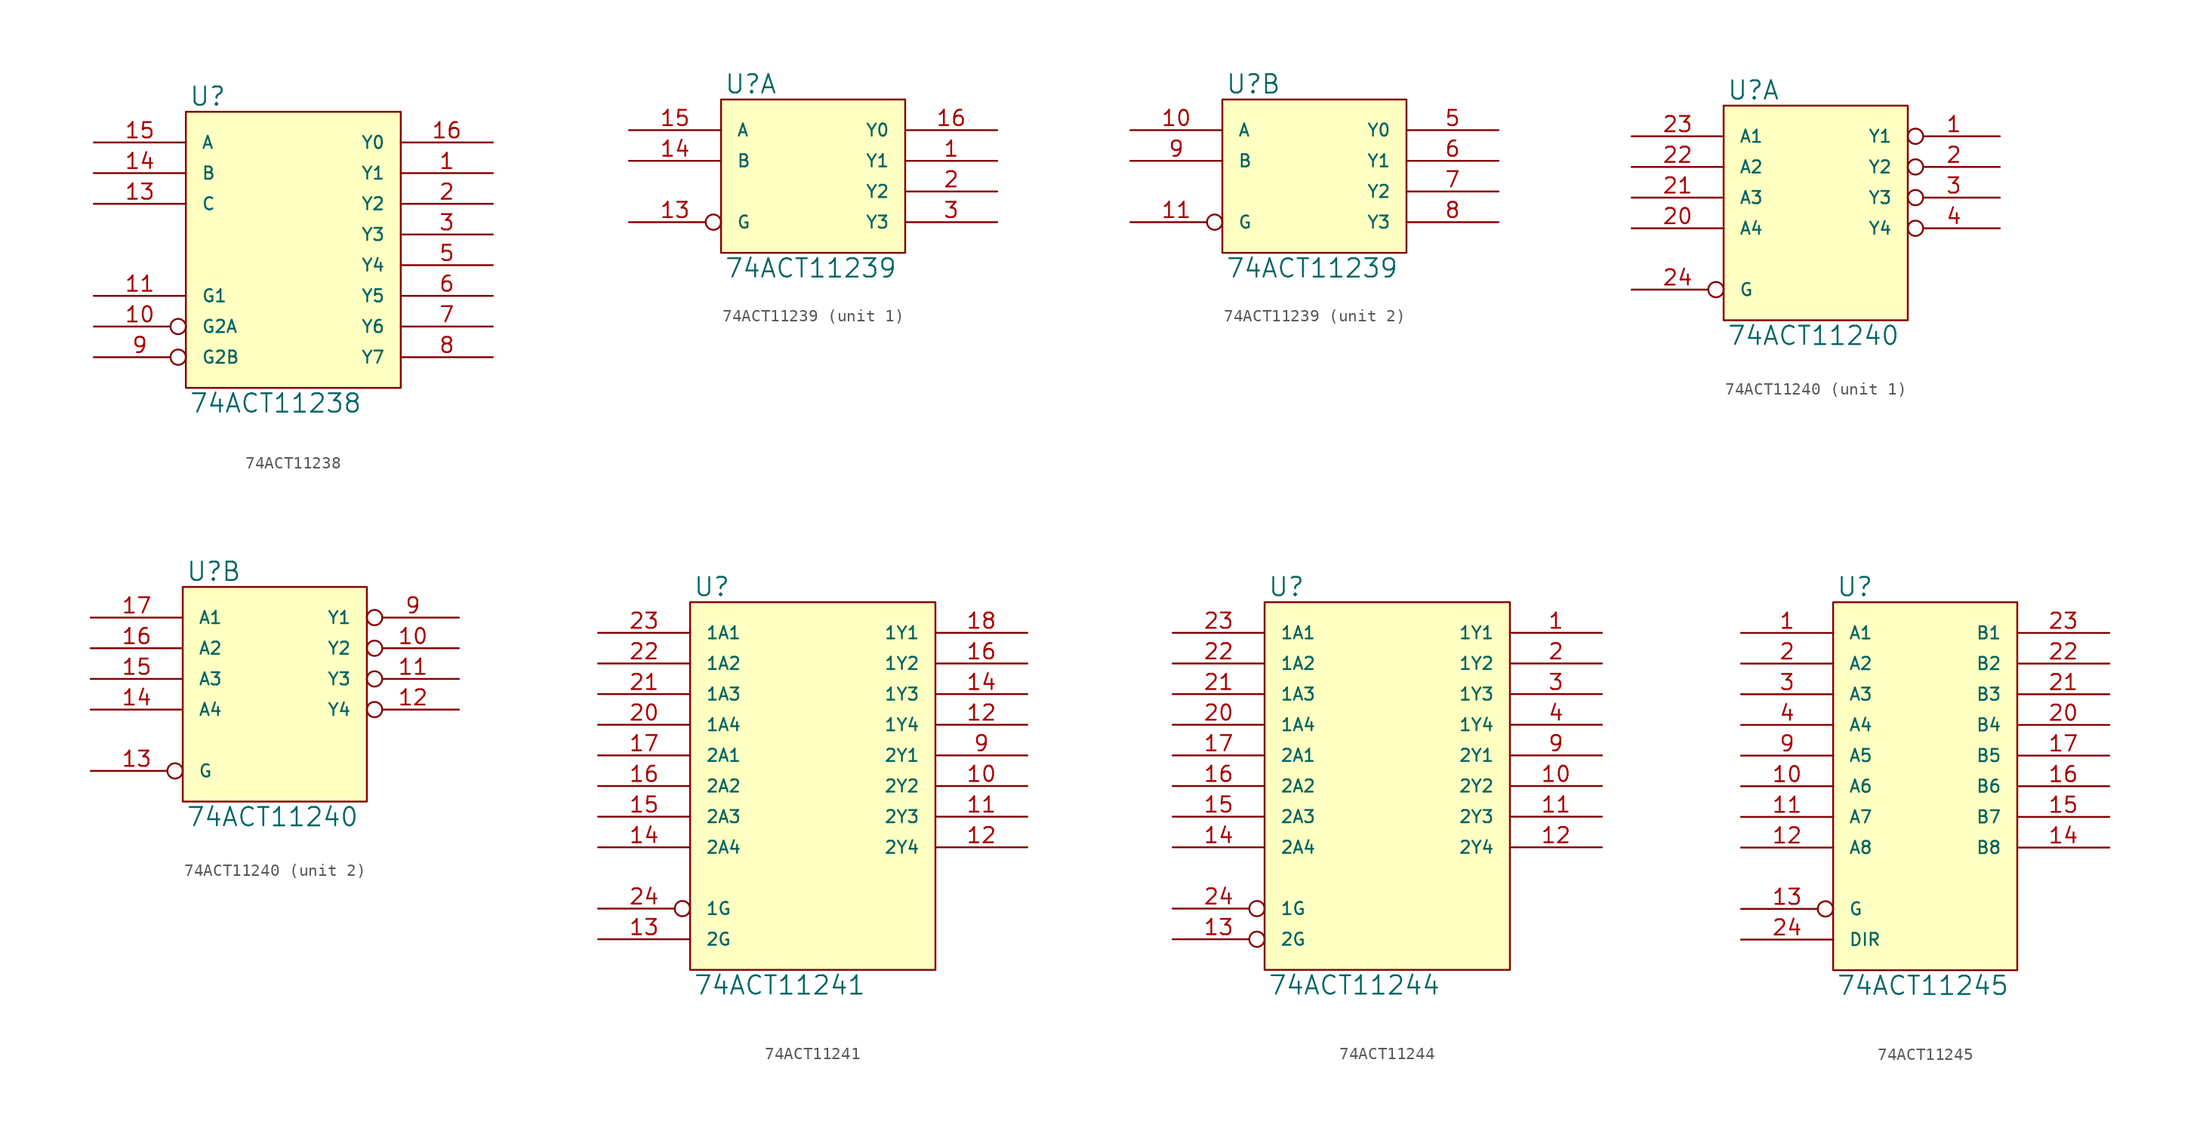
<source format=kicad_sym>
(kicad_symbol_lib
  (version 20231120)
  (generator "kicad_symbol_editor")
  (generator_version "8.0")
  (symbol "74ACT11238"
    (pin_names
      (offset 1.27))
    (property "Reference" "U"
      (at 0.254 0.381 0)
      (effects (font (size 1.524 1.524)) (justify left bottom)))
    (property "Value" "74ACT11238"
      (at 0.254 -23.241 0)
      (effects (font (size 1.524 1.524)) (justify left top)))
    (symbol "74ACT11238_0_1"
      (rectangle (start 0 0) (end 17.78 -22.86) (stroke (width 0) (type solid)) (fill (type background))))
    (symbol "74ACT11238_1_1"
      (pin output line (at 25.4 -5.08 180) (length 7.62) (name "Y1" (effects (font (size 1.016 1.016)))) (number "1" (effects (font (size 1.27 1.27)))))
      (pin input inverted (at -7.62 -17.78 0) (length 7.62) (name "G2A" (effects (font (size 1.016 1.016)))) (number "10" (effects (font (size 1.27 1.27)))))
      (pin input line (at -7.62 -15.24 0) (length 7.62) (name "G1" (effects (font (size 1.016 1.016)))) (number "11" (effects (font (size 1.27 1.27)))))
      (pin power_in line (at 0 0 270) (length 0) hide (name "VCC" (effects (font (size 1.016 1.016)))) (number "12" (effects (font (size 1.27 1.27)))))
      (pin input line (at -7.62 -7.62 0) (length 7.62) (name "C" (effects (font (size 1.016 1.016)))) (number "13" (effects (font (size 1.27 1.27)))))
      (pin input line (at -7.62 -5.08 0) (length 7.62) (name "B" (effects (font (size 1.016 1.016)))) (number "14" (effects (font (size 1.27 1.27)))))
      (pin input line (at -7.62 -2.54 0) (length 7.62) (name "A" (effects (font (size 1.016 1.016)))) (number "15" (effects (font (size 1.27 1.27)))))
      (pin output line (at 25.4 -2.54 180) (length 7.62) (name "Y0" (effects (font (size 1.016 1.016)))) (number "16" (effects (font (size 1.27 1.27)))))
      (pin output line (at 25.4 -7.62 180) (length 7.62) (name "Y2" (effects (font (size 1.016 1.016)))) (number "2" (effects (font (size 1.27 1.27)))))
      (pin output line (at 25.4 -10.16 180) (length 7.62) (name "Y3" (effects (font (size 1.016 1.016)))) (number "3" (effects (font (size 1.27 1.27)))))
      (pin power_in line (at 0 -22.86 90) (length 0) hide (name "GND" (effects (font (size 1.016 1.016)))) (number "4" (effects (font (size 1.27 1.27)))))
      (pin output line (at 25.4 -12.7 180) (length 7.62) (name "Y4" (effects (font (size 1.016 1.016)))) (number "5" (effects (font (size 1.27 1.27)))))
      (pin output line (at 25.4 -15.24 180) (length 7.62) (name "Y5" (effects (font (size 1.016 1.016)))) (number "6" (effects (font (size 1.27 1.27)))))
      (pin output line (at 25.4 -17.78 180) (length 7.62) (name "Y6" (effects (font (size 1.016 1.016)))) (number "7" (effects (font (size 1.27 1.27)))))
      (pin output line (at 25.4 -20.32 180) (length 7.62) (name "Y7" (effects (font (size 1.016 1.016)))) (number "8" (effects (font (size 1.27 1.27)))))
      (pin input inverted (at -7.62 -20.32 0) (length 7.62) (name "G2B" (effects (font (size 1.016 1.016)))) (number "9" (effects (font (size 1.27 1.27)))))))
  (symbol "74ACT11239"
    (pin_names
      (offset 1.27))
    (property "Reference" "U"
      (at 0.254 0.381 0)
      (effects (font (size 1.524 1.524)) (justify left bottom)))
    (property "Value" "74ACT11239"
      (at 0.254 -13.081 0)
      (effects (font (size 1.524 1.524)) (justify left top)))
    (symbol "74ACT11239_0_1"
      (rectangle (start 0 0) (end 15.24 -12.7) (stroke (width 0) (type solid)) (fill (type background))))
    (symbol "74ACT11239_1_1"
      (pin output line (at 22.86 -5.08 180) (length 7.62) (name "Y1" (effects (font (size 1.016 1.016)))) (number "1" (effects (font (size 1.27 1.27)))))
      (pin power_in line (at 0 0 270) (length 0) hide (name "VCC" (effects (font (size 1.016 1.016)))) (number "12" (effects (font (size 1.27 1.27)))))
      (pin input inverted (at -7.62 -10.16 0) (length 7.62) (name "G" (effects (font (size 1.016 1.016)))) (number "13" (effects (font (size 1.27 1.27)))))
      (pin input line (at -7.62 -5.08 0) (length 7.62) (name "B" (effects (font (size 1.016 1.016)))) (number "14" (effects (font (size 1.27 1.27)))))
      (pin input line (at -7.62 -2.54 0) (length 7.62) (name "A" (effects (font (size 1.016 1.016)))) (number "15" (effects (font (size 1.27 1.27)))))
      (pin output line (at 22.86 -2.54 180) (length 7.62) (name "Y0" (effects (font (size 1.016 1.016)))) (number "16" (effects (font (size 1.27 1.27)))))
      (pin output line (at 22.86 -7.62 180) (length 7.62) (name "Y2" (effects (font (size 1.016 1.016)))) (number "2" (effects (font (size 1.27 1.27)))))
      (pin output line (at 22.86 -10.16 180) (length 7.62) (name "Y3" (effects (font (size 1.016 1.016)))) (number "3" (effects (font (size 1.27 1.27)))))
      (pin power_in line (at 0 -12.7 90) (length 0) hide (name "GND" (effects (font (size 1.016 1.016)))) (number "4" (effects (font (size 1.27 1.27))))))
    (symbol "74ACT11239_2_1"
      (pin input line (at -7.62 -2.54 0) (length 7.62) (name "A" (effects (font (size 1.016 1.016)))) (number "10" (effects (font (size 1.27 1.27)))))
      (pin input inverted (at -7.62 -10.16 0) (length 7.62) (name "G" (effects (font (size 1.016 1.016)))) (number "11" (effects (font (size 1.27 1.27)))))
      (pin power_in line (at 0 0 270) (length 0) hide (name "VCC" (effects (font (size 1.016 1.016)))) (number "12" (effects (font (size 1.27 1.27)))))
      (pin power_in line (at 0 -12.7 90) (length 0) hide (name "GND" (effects (font (size 1.016 1.016)))) (number "4" (effects (font (size 1.27 1.27)))))
      (pin output line (at 22.86 -2.54 180) (length 7.62) (name "Y0" (effects (font (size 1.016 1.016)))) (number "5" (effects (font (size 1.27 1.27)))))
      (pin output line (at 22.86 -5.08 180) (length 7.62) (name "Y1" (effects (font (size 1.016 1.016)))) (number "6" (effects (font (size 1.27 1.27)))))
      (pin output line (at 22.86 -7.62 180) (length 7.62) (name "Y2" (effects (font (size 1.016 1.016)))) (number "7" (effects (font (size 1.27 1.27)))))
      (pin output line (at 22.86 -10.16 180) (length 7.62) (name "Y3" (effects (font (size 1.016 1.016)))) (number "8" (effects (font (size 1.27 1.27)))))
      (pin input line (at -7.62 -5.08 0) (length 7.62) (name "B" (effects (font (size 1.016 1.016)))) (number "9" (effects (font (size 1.27 1.27)))))))
  (symbol "74ACT11240"
    (pin_names
      (offset 1.27))
    (property "Reference" "U"
      (at 0.254 0.381 0)
      (effects (font (size 1.524 1.524)) (justify left bottom)))
    (property "Value" "74ACT11240"
      (at 0.254 -18.161 0)
      (effects (font (size 1.524 1.524)) (justify left top)))
    (symbol "74ACT11240_0_1"
      (rectangle (start 0 0) (end 15.24 -17.78) (stroke (width 0) (type solid)) (fill (type background))))
    (symbol "74ACT11240_1_1"
      (pin tri_state inverted (at 22.86 -2.54 180) (length 7.62) (name "Y1" (effects (font (size 1.016 1.016)))) (number "1" (effects (font (size 1.27 1.27)))))
      (pin power_in line (at 2.54 0 270) (length 0) hide (name "VCC" (effects (font (size 1.016 1.016)))) (number "18" (effects (font (size 1.27 1.27)))))
      (pin power_in line (at 0 0 270) (length 0) hide (name "VCC" (effects (font (size 1.016 1.016)))) (number "19" (effects (font (size 1.27 1.27)))))
      (pin tri_state inverted (at 22.86 -5.08 180) (length 7.62) (name "Y2" (effects (font (size 1.016 1.016)))) (number "2" (effects (font (size 1.27 1.27)))))
      (pin input line (at -7.62 -10.16 0) (length 7.62) (name "A4" (effects (font (size 1.016 1.016)))) (number "20" (effects (font (size 1.27 1.27)))))
      (pin input line (at -7.62 -7.62 0) (length 7.62) (name "A3" (effects (font (size 1.016 1.016)))) (number "21" (effects (font (size 1.27 1.27)))))
      (pin input line (at -7.62 -5.08 0) (length 7.62) (name "A2" (effects (font (size 1.016 1.016)))) (number "22" (effects (font (size 1.27 1.27)))))
      (pin input line (at -7.62 -2.54 0) (length 7.62) (name "A1" (effects (font (size 1.016 1.016)))) (number "23" (effects (font (size 1.27 1.27)))))
      (pin input inverted (at -7.62 -15.24 0) (length 7.62) (name "G" (effects (font (size 1.016 1.016)))) (number "24" (effects (font (size 1.27 1.27)))))
      (pin tri_state inverted (at 22.86 -7.62 180) (length 7.62) (name "Y3" (effects (font (size 1.016 1.016)))) (number "3" (effects (font (size 1.27 1.27)))))
      (pin tri_state inverted (at 22.86 -10.16 180) (length 7.62) (name "Y4" (effects (font (size 1.016 1.016)))) (number "4" (effects (font (size 1.27 1.27)))))
      (pin power_in line (at 0 -17.78 90) (length 0) hide (name "GND" (effects (font (size 1.016 1.016)))) (number "5" (effects (font (size 1.27 1.27)))))
      (pin power_in line (at 2.54 -17.78 90) (length 0) hide (name "GND" (effects (font (size 1.016 1.016)))) (number "6" (effects (font (size 1.27 1.27)))))
      (pin power_in line (at 5.08 -17.78 90) (length 0) hide (name "GND" (effects (font (size 1.016 1.016)))) (number "7" (effects (font (size 1.27 1.27)))))
      (pin power_in line (at 7.62 -17.78 90) (length 0) hide (name "GND" (effects (font (size 1.016 1.016)))) (number "8" (effects (font (size 1.27 1.27))))))
    (symbol "74ACT11240_2_1"
      (pin tri_state inverted (at 22.86 -5.08 180) (length 7.62) (name "Y2" (effects (font (size 1.016 1.016)))) (number "10" (effects (font (size 1.27 1.27)))))
      (pin tri_state inverted (at 22.86 -7.62 180) (length 7.62) (name "Y3" (effects (font (size 1.016 1.016)))) (number "11" (effects (font (size 1.27 1.27)))))
      (pin tri_state inverted (at 22.86 -10.16 180) (length 7.62) (name "Y4" (effects (font (size 1.016 1.016)))) (number "12" (effects (font (size 1.27 1.27)))))
      (pin input inverted (at -7.62 -15.24 0) (length 7.62) (name "G" (effects (font (size 1.016 1.016)))) (number "13" (effects (font (size 1.27 1.27)))))
      (pin input line (at -7.62 -10.16 0) (length 7.62) (name "A4" (effects (font (size 1.016 1.016)))) (number "14" (effects (font (size 1.27 1.27)))))
      (pin input line (at -7.62 -7.62 0) (length 7.62) (name "A3" (effects (font (size 1.016 1.016)))) (number "15" (effects (font (size 1.27 1.27)))))
      (pin input line (at -7.62 -5.08 0) (length 7.62) (name "A2" (effects (font (size 1.016 1.016)))) (number "16" (effects (font (size 1.27 1.27)))))
      (pin input line (at -7.62 -2.54 0) (length 7.62) (name "A1" (effects (font (size 1.016 1.016)))) (number "17" (effects (font (size 1.27 1.27)))))
      (pin power_in line (at 2.54 0 270) (length 0) hide (name "VCC" (effects (font (size 1.016 1.016)))) (number "18" (effects (font (size 1.27 1.27)))))
      (pin power_in line (at 0 0 270) (length 0) hide (name "VCC" (effects (font (size 1.016 1.016)))) (number "19" (effects (font (size 1.27 1.27)))))
      (pin power_in line (at 0 -17.78 90) (length 0) hide (name "GND" (effects (font (size 1.016 1.016)))) (number "5" (effects (font (size 1.27 1.27)))))
      (pin power_in line (at 2.54 -17.78 90) (length 0) hide (name "GND" (effects (font (size 1.016 1.016)))) (number "6" (effects (font (size 1.27 1.27)))))
      (pin power_in line (at 5.08 -17.78 90) (length 0) hide (name "GND" (effects (font (size 1.016 1.016)))) (number "7" (effects (font (size 1.27 1.27)))))
      (pin power_in line (at 7.62 -17.78 90) (length 0) hide (name "GND" (effects (font (size 1.016 1.016)))) (number "8" (effects (font (size 1.27 1.27)))))
      (pin tri_state inverted (at 22.86 -2.54 180) (length 7.62) (name "Y1" (effects (font (size 1.016 1.016)))) (number "9" (effects (font (size 1.27 1.27)))))))
  (symbol "74ACT11241"
    (pin_names
      (offset 1.27))
    (property "Reference" "U"
      (at 0.254 0.381 0)
      (effects (font (size 1.524 1.524)) (justify left bottom)))
    (property "Value" "74ACT11241"
      (at 0.254 -30.861 0)
      (effects (font (size 1.524 1.524)) (justify left top)))
    (symbol "74ACT11241_0_1"
      (rectangle (start 0 0) (end 20.32 -30.48) (stroke (width 0) (type solid)) (fill (type background))))
    (symbol "74ACT11241_1_1"
      (pin tri_state line (at 27.94 -15.24 180) (length 7.62) (name "2Y2" (effects (font (size 1.016 1.016)))) (number "10" (effects (font (size 1.27 1.27)))))
      (pin tri_state line (at 27.94 -17.78 180) (length 7.62) (name "2Y3" (effects (font (size 1.016 1.016)))) (number "11" (effects (font (size 1.27 1.27)))))
      (pin tri_state line (at 27.94 -10.16 180) (length 7.62) (name "1Y4" (effects (font (size 1.016 1.016)))) (number "12" (effects (font (size 1.27 1.27)))))
      (pin tri_state line (at 27.94 -20.32 180) (length 7.62) (name "2Y4" (effects (font (size 1.016 1.016)))) (number "12" (effects (font (size 1.27 1.27)))))
      (pin input line (at -7.62 -27.94 0) (length 7.62) (name "2G" (effects (font (size 1.016 1.016)))) (number "13" (effects (font (size 1.27 1.27)))))
      (pin tri_state line (at 27.94 -7.62 180) (length 7.62) (name "1Y3" (effects (font (size 1.016 1.016)))) (number "14" (effects (font (size 1.27 1.27)))))
      (pin input line (at -7.62 -20.32 0) (length 7.62) (name "2A4" (effects (font (size 1.016 1.016)))) (number "14" (effects (font (size 1.27 1.27)))))
      (pin input line (at -7.62 -17.78 0) (length 7.62) (name "2A3" (effects (font (size 1.016 1.016)))) (number "15" (effects (font (size 1.27 1.27)))))
      (pin tri_state line (at 27.94 -5.08 180) (length 7.62) (name "1Y2" (effects (font (size 1.016 1.016)))) (number "16" (effects (font (size 1.27 1.27)))))
      (pin input line (at -7.62 -15.24 0) (length 7.62) (name "2A2" (effects (font (size 1.016 1.016)))) (number "16" (effects (font (size 1.27 1.27)))))
      (pin input line (at -7.62 -12.7 0) (length 7.62) (name "2A1" (effects (font (size 1.016 1.016)))) (number "17" (effects (font (size 1.27 1.27)))))
      (pin tri_state line (at 27.94 -2.54 180) (length 7.62) (name "1Y1" (effects (font (size 1.016 1.016)))) (number "18" (effects (font (size 1.27 1.27)))))
      (pin power_in line (at 2.54 0 270) (length 0) hide (name "VCC" (effects (font (size 1.016 1.016)))) (number "18" (effects (font (size 1.27 1.27)))))
      (pin power_in line (at 0 0 270) (length 0) hide (name "VCC" (effects (font (size 1.016 1.016)))) (number "19" (effects (font (size 1.27 1.27)))))
      (pin input line (at -7.62 -10.16 0) (length 7.62) (name "1A4" (effects (font (size 1.016 1.016)))) (number "20" (effects (font (size 1.27 1.27)))))
      (pin input line (at -7.62 -7.62 0) (length 7.62) (name "1A3" (effects (font (size 1.016 1.016)))) (number "21" (effects (font (size 1.27 1.27)))))
      (pin input line (at -7.62 -5.08 0) (length 7.62) (name "1A2" (effects (font (size 1.016 1.016)))) (number "22" (effects (font (size 1.27 1.27)))))
      (pin input line (at -7.62 -2.54 0) (length 7.62) (name "1A1" (effects (font (size 1.016 1.016)))) (number "23" (effects (font (size 1.27 1.27)))))
      (pin input inverted (at -7.62 -25.4 0) (length 7.62) (name "1G" (effects (font (size 1.016 1.016)))) (number "24" (effects (font (size 1.27 1.27)))))
      (pin power_in line (at 0 -30.48 90) (length 0) hide (name "GND" (effects (font (size 1.016 1.016)))) (number "5" (effects (font (size 1.27 1.27)))))
      (pin power_in line (at 2.54 -30.48 90) (length 0) hide (name "GND" (effects (font (size 1.016 1.016)))) (number "6" (effects (font (size 1.27 1.27)))))
      (pin power_in line (at 5.08 -30.48 90) (length 0) hide (name "GND" (effects (font (size 1.016 1.016)))) (number "7" (effects (font (size 1.27 1.27)))))
      (pin power_in line (at 7.62 -30.48 90) (length 0) hide (name "GND" (effects (font (size 1.016 1.016)))) (number "8" (effects (font (size 1.27 1.27)))))
      (pin tri_state line (at 27.94 -12.7 180) (length 7.62) (name "2Y1" (effects (font (size 1.016 1.016)))) (number "9" (effects (font (size 1.27 1.27)))))))
  (symbol "74ACT11244"
    (pin_names
      (offset 1.27))
    (property "Reference" "U"
      (at 0.254 0.381 0)
      (effects (font (size 1.524 1.524)) (justify left bottom)))
    (property "Value" "74ACT11244"
      (at 0.254 -30.861 0)
      (effects (font (size 1.524 1.524)) (justify left top)))
    (symbol "74ACT11244_0_1"
      (rectangle (start 0 0) (end 20.32 -30.48) (stroke (width 0) (type solid)) (fill (type background))))
    (symbol "74ACT11244_1_1"
      (pin tri_state line (at 27.94 -2.54 180) (length 7.62) (name "1Y1" (effects (font (size 1.016 1.016)))) (number "1" (effects (font (size 1.27 1.27)))))
      (pin tri_state line (at 27.94 -15.24 180) (length 7.62) (name "2Y2" (effects (font (size 1.016 1.016)))) (number "10" (effects (font (size 1.27 1.27)))))
      (pin tri_state line (at 27.94 -17.78 180) (length 7.62) (name "2Y3" (effects (font (size 1.016 1.016)))) (number "11" (effects (font (size 1.27 1.27)))))
      (pin tri_state line (at 27.94 -20.32 180) (length 7.62) (name "2Y4" (effects (font (size 1.016 1.016)))) (number "12" (effects (font (size 1.27 1.27)))))
      (pin input inverted (at -7.62 -27.94 0) (length 7.62) (name "2G" (effects (font (size 1.016 1.016)))) (number "13" (effects (font (size 1.27 1.27)))))
      (pin input line (at -7.62 -20.32 0) (length 7.62) (name "2A4" (effects (font (size 1.016 1.016)))) (number "14" (effects (font (size 1.27 1.27)))))
      (pin input line (at -7.62 -17.78 0) (length 7.62) (name "2A3" (effects (font (size 1.016 1.016)))) (number "15" (effects (font (size 1.27 1.27)))))
      (pin input line (at -7.62 -15.24 0) (length 7.62) (name "2A2" (effects (font (size 1.016 1.016)))) (number "16" (effects (font (size 1.27 1.27)))))
      (pin input line (at -7.62 -12.7 0) (length 7.62) (name "2A1" (effects (font (size 1.016 1.016)))) (number "17" (effects (font (size 1.27 1.27)))))
      (pin power_in line (at 2.54 0 270) (length 0) hide (name "VCC" (effects (font (size 1.016 1.016)))) (number "18" (effects (font (size 1.27 1.27)))))
      (pin power_in line (at 0 0 270) (length 0) hide (name "VCC" (effects (font (size 1.016 1.016)))) (number "19" (effects (font (size 1.27 1.27)))))
      (pin tri_state line (at 27.94 -5.08 180) (length 7.62) (name "1Y2" (effects (font (size 1.016 1.016)))) (number "2" (effects (font (size 1.27 1.27)))))
      (pin input line (at -7.62 -10.16 0) (length 7.62) (name "1A4" (effects (font (size 1.016 1.016)))) (number "20" (effects (font (size 1.27 1.27)))))
      (pin input line (at -7.62 -7.62 0) (length 7.62) (name "1A3" (effects (font (size 1.016 1.016)))) (number "21" (effects (font (size 1.27 1.27)))))
      (pin input line (at -7.62 -5.08 0) (length 7.62) (name "1A2" (effects (font (size 1.016 1.016)))) (number "22" (effects (font (size 1.27 1.27)))))
      (pin input line (at -7.62 -2.54 0) (length 7.62) (name "1A1" (effects (font (size 1.016 1.016)))) (number "23" (effects (font (size 1.27 1.27)))))
      (pin input inverted (at -7.62 -25.4 0) (length 7.62) (name "1G" (effects (font (size 1.016 1.016)))) (number "24" (effects (font (size 1.27 1.27)))))
      (pin tri_state line (at 27.94 -7.62 180) (length 7.62) (name "1Y3" (effects (font (size 1.016 1.016)))) (number "3" (effects (font (size 1.27 1.27)))))
      (pin tri_state line (at 27.94 -10.16 180) (length 7.62) (name "1Y4" (effects (font (size 1.016 1.016)))) (number "4" (effects (font (size 1.27 1.27)))))
      (pin power_in line (at 0 -30.48 90) (length 0) hide (name "GND" (effects (font (size 1.016 1.016)))) (number "5" (effects (font (size 1.27 1.27)))))
      (pin power_in line (at 2.54 -30.48 90) (length 0) hide (name "GND" (effects (font (size 1.016 1.016)))) (number "6" (effects (font (size 1.27 1.27)))))
      (pin power_in line (at 5.08 -30.48 90) (length 0) hide (name "GND" (effects (font (size 1.016 1.016)))) (number "7" (effects (font (size 1.27 1.27)))))
      (pin power_in line (at 7.62 -30.48 90) (length 0) hide (name "GND" (effects (font (size 1.016 1.016)))) (number "8" (effects (font (size 1.27 1.27)))))
      (pin tri_state line (at 27.94 -12.7 180) (length 7.62) (name "2Y1" (effects (font (size 1.016 1.016)))) (number "9" (effects (font (size 1.27 1.27)))))))
  (symbol "74ACT11245"
    (pin_names
      (offset 1.27))
    (property "Reference" "U"
      (at 0.254 0.381 0)
      (effects (font (size 1.524 1.524)) (justify left bottom)))
    (property "Value" "74ACT11245"
      (at 0.254 -30.861 0)
      (effects (font (size 1.524 1.524)) (justify left top)))
    (symbol "74ACT11245_0_1"
      (rectangle (start 0 0) (end 15.24 -30.48) (stroke (width 0) (type solid)) (fill (type background))))
    (symbol "74ACT11245_1_1"
      (pin bidirectional line (at -7.62 -2.54 0) (length 7.62) (name "A1" (effects (font (size 1.016 1.016)))) (number "1" (effects (font (size 1.27 1.27)))))
      (pin bidirectional line (at -7.62 -15.24 0) (length 7.62) (name "A6" (effects (font (size 1.016 1.016)))) (number "10" (effects (font (size 1.27 1.27)))))
      (pin bidirectional line (at -7.62 -17.78 0) (length 7.62) (name "A7" (effects (font (size 1.016 1.016)))) (number "11" (effects (font (size 1.27 1.27)))))
      (pin bidirectional line (at -7.62 -20.32 0) (length 7.62) (name "A8" (effects (font (size 1.016 1.016)))) (number "12" (effects (font (size 1.27 1.27)))))
      (pin input inverted (at -7.62 -25.4 0) (length 7.62) (name "G" (effects (font (size 1.016 1.016)))) (number "13" (effects (font (size 1.27 1.27)))))
      (pin bidirectional line (at 22.86 -20.32 180) (length 7.62) (name "B8" (effects (font (size 1.016 1.016)))) (number "14" (effects (font (size 1.27 1.27)))))
      (pin bidirectional line (at 22.86 -17.78 180) (length 7.62) (name "B7" (effects (font (size 1.016 1.016)))) (number "15" (effects (font (size 1.27 1.27)))))
      (pin bidirectional line (at 22.86 -15.24 180) (length 7.62) (name "B6" (effects (font (size 1.016 1.016)))) (number "16" (effects (font (size 1.27 1.27)))))
      (pin bidirectional line (at 22.86 -12.7 180) (length 7.62) (name "B5" (effects (font (size 1.016 1.016)))) (number "17" (effects (font (size 1.27 1.27)))))
      (pin power_in line (at 2.54 0 270) (length 0) hide (name "VCC" (effects (font (size 1.016 1.016)))) (number "18" (effects (font (size 1.27 1.27)))))
      (pin power_in line (at 0 0 270) (length 0) hide (name "VCC" (effects (font (size 1.016 1.016)))) (number "19" (effects (font (size 1.27 1.27)))))
      (pin bidirectional line (at -7.62 -5.08 0) (length 7.62) (name "A2" (effects (font (size 1.016 1.016)))) (number "2" (effects (font (size 1.27 1.27)))))
      (pin bidirectional line (at 22.86 -10.16 180) (length 7.62) (name "B4" (effects (font (size 1.016 1.016)))) (number "20" (effects (font (size 1.27 1.27)))))
      (pin bidirectional line (at 22.86 -7.62 180) (length 7.62) (name "B3" (effects (font (size 1.016 1.016)))) (number "21" (effects (font (size 1.27 1.27)))))
      (pin bidirectional line (at 22.86 -5.08 180) (length 7.62) (name "B2" (effects (font (size 1.016 1.016)))) (number "22" (effects (font (size 1.27 1.27)))))
      (pin bidirectional line (at 22.86 -2.54 180) (length 7.62) (name "B1" (effects (font (size 1.016 1.016)))) (number "23" (effects (font (size 1.27 1.27)))))
      (pin input line (at -7.62 -27.94 0) (length 7.62) (name "DIR" (effects (font (size 1.016 1.016)))) (number "24" (effects (font (size 1.27 1.27)))))
      (pin bidirectional line (at -7.62 -7.62 0) (length 7.62) (name "A3" (effects (font (size 1.016 1.016)))) (number "3" (effects (font (size 1.27 1.27)))))
      (pin bidirectional line (at -7.62 -10.16 0) (length 7.62) (name "A4" (effects (font (size 1.016 1.016)))) (number "4" (effects (font (size 1.27 1.27)))))
      (pin power_in line (at 0 -30.48 90) (length 0) hide (name "GND" (effects (font (size 1.016 1.016)))) (number "5" (effects (font (size 1.27 1.27)))))
      (pin power_in line (at 2.54 -30.48 90) (length 0) hide (name "GND" (effects (font (size 1.016 1.016)))) (number "6" (effects (font (size 1.27 1.27)))))
      (pin power_in line (at 5.08 -30.48 90) (length 0) hide (name "GND" (effects (font (size 1.016 1.016)))) (number "7" (effects (font (size 1.27 1.27)))))
      (pin power_in line (at 7.62 -30.48 90) (length 0) hide (name "GND" (effects (font (size 1.016 1.016)))) (number "8" (effects (font (size 1.27 1.27)))))
      (pin bidirectional line (at -7.62 -12.7 0) (length 7.62) (name "A5" (effects (font (size 1.016 1.016)))) (number "9" (effects (font (size 1.27 1.27))))))))
</source>
